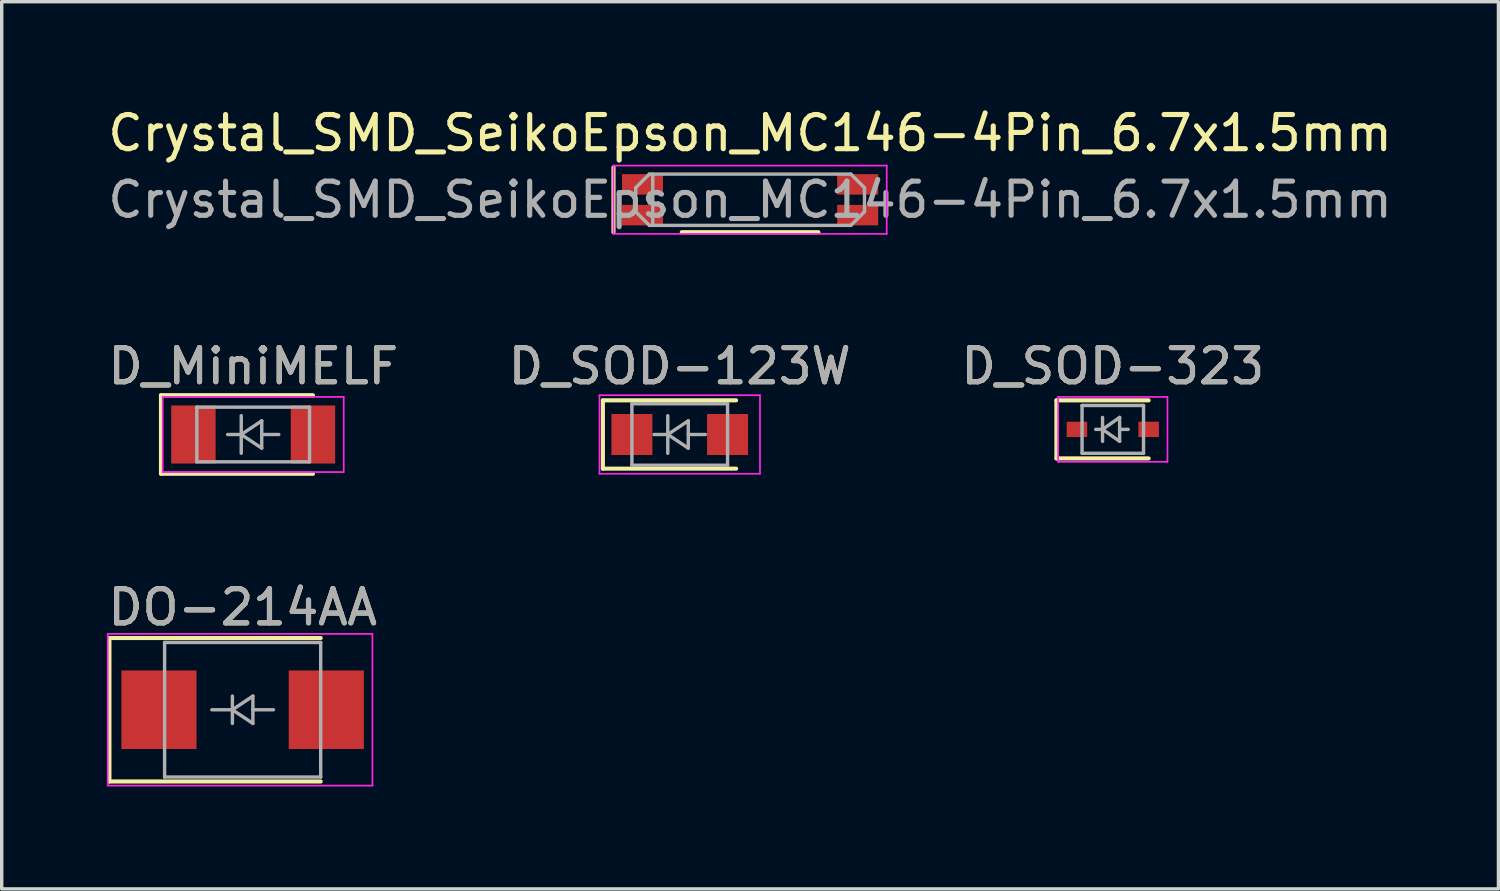
<source format=kicad_pcb>
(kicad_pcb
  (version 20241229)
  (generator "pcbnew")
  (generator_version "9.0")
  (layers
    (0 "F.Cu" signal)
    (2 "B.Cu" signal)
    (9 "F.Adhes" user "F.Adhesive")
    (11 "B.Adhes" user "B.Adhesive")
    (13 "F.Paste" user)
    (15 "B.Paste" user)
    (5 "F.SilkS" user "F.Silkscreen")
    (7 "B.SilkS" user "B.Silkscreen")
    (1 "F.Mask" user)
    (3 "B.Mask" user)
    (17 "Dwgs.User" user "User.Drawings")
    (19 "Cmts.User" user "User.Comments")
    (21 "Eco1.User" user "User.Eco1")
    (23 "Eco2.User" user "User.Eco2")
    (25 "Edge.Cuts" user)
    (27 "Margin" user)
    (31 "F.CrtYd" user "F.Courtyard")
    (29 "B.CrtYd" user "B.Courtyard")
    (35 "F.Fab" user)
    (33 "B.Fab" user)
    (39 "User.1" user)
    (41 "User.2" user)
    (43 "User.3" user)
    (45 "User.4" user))
  (footprint "D_SOD-123W"
    (layer "F.Cu")
    (at 16.851 9.671)
    (property "Reference" "D_SOD-123W" (at 0 -2 0) (layer "F.SilkS") (effects (font (size 1 1) (thickness 0.15))))
    (attr smd)
    (fp_line (start -2.25 -1) (end -2.25 1) (stroke (width 0.12) (type solid)) (layer "F.SilkS"))
    (fp_line (start -2.25 -1) (end 1.65 -1) (stroke (width 0.12) (type solid)) (layer "F.SilkS"))
    (fp_line (start -2.25 1) (end 1.65 1) (stroke (width 0.12) (type solid)) (layer "F.SilkS"))
    (fp_line (start -2.35 -1.15) (end -2.35 1.15) (stroke (width 0.05) (type solid)) (layer "F.CrtYd"))
    (fp_line (start -2.35 -1.15) (end 2.35 -1.15) (stroke (width 0.05) (type solid)) (layer "F.CrtYd"))
    (fp_line (start 2.35 -1.15) (end 2.35 1.15) (stroke (width 0.05) (type solid)) (layer "F.CrtYd"))
    (fp_line (start 2.35 1.15) (end -2.35 1.15) (stroke (width 0.05) (type solid)) (layer "F.CrtYd"))
    (fp_line (start -1.4 -0.9) (end 1.4 -0.9) (stroke (width 0.1) (type solid)) (layer "F.Fab"))
    (fp_line (start -1.4 0.9) (end -1.4 -0.9) (stroke (width 0.1) (type solid)) (layer "F.Fab"))
    (fp_line (start -0.75 0) (end -0.35 0) (stroke (width 0.1) (type solid)) (layer "F.Fab"))
    (fp_line (start -0.35 0) (end -0.35 -0.55) (stroke (width 0.1) (type solid)) (layer "F.Fab"))
    (fp_line (start -0.35 0) (end -0.35 0.55) (stroke (width 0.1) (type solid)) (layer "F.Fab"))
    (fp_line (start -0.35 0) (end 0.25 -0.4) (stroke (width 0.1) (type solid)) (layer "F.Fab"))
    (fp_line (start 0.25 -0.4) (end 0.25 0.4) (stroke (width 0.1) (type solid)) (layer "F.Fab"))
    (fp_line (start 0.25 0) (end 0.75 0) (stroke (width 0.1) (type solid)) (layer "F.Fab"))
    (fp_line (start 0.25 0.4) (end -0.35 0) (stroke (width 0.1) (type solid)) (layer "F.Fab"))
    (fp_line (start 1.4 -0.9) (end 1.4 0.9) (stroke (width 0.1) (type solid)) (layer "F.Fab"))
    (fp_line (start 1.4 0.9) (end -1.4 0.9) (stroke (width 0.1) (type solid)) (layer "F.Fab"))
    (fp_text user "${REFERENCE}" (at 0 -2 0) (layer "F.Fab") (effects (font (size 1 1) (thickness 0.15))))
    (pad "1" smd rect (at -1.4 0) (size 1.2 1.2) (layers "F.Cu" "F.Mask" "F.Paste"))
    (pad "2" smd rect (at 1.4 0) (size 1.2 1.2) (layers "F.Cu" "F.Mask" "F.Paste")))
  (footprint "Crystal_SMD_SeikoEpson_MC146-4Pin_6.7x1.5mm"
    (layer "F.Cu")
    (at 18.911 2.798)
    (property "Reference" "Crystal_SMD_SeikoEpson_MC146-4Pin_6.7x1.5mm" (at 0 -1.95 0) (layer "F.SilkS") (effects (font (size 1 1) (thickness 0.15))))
    (attr smd)
    (fp_line (start -4 -0.95) (end -4 0.95) (stroke (width 0.12) (type solid)) (layer "F.SilkS"))
    (fp_line (start -2 0.95) (end 2 0.95) (stroke (width 0.12) (type solid)) (layer "F.SilkS"))
    (fp_line (start -4 -1) (end -4 1) (stroke (width 0.05) (type solid)) (layer "F.CrtYd"))
    (fp_line (start -4 1) (end 4 1) (stroke (width 0.05) (type solid)) (layer "F.CrtYd"))
    (fp_line (start 4 -1) (end -4 -1) (stroke (width 0.05) (type solid)) (layer "F.CrtYd"))
    (fp_line (start 4 1) (end 4 -1) (stroke (width 0.05) (type solid)) (layer "F.CrtYd"))
    (fp_line (start -3.35 -0.35) (end -2.95 -0.75) (stroke (width 0.1) (type solid)) (layer "F.Fab"))
    (fp_line (start -3.35 0.35) (end -3.35 -0.35) (stroke (width 0.1) (type solid)) (layer "F.Fab"))
    (fp_line (start -2.95 -0.75) (end 2.95 -0.75) (stroke (width 0.1) (type solid)) (layer "F.Fab"))
    (fp_line (start -2.95 0.75) (end -3.35 0.35) (stroke (width 0.1) (type solid)) (layer "F.Fab"))
    (fp_line (start -2.85 -0.75) (end -2.85 0.75) (stroke (width 0.1) (type solid)) (layer "F.Fab"))
    (fp_line (start 2.95 -0.75) (end 3.35 -0.35) (stroke (width 0.1) (type solid)) (layer "F.Fab"))
    (fp_line (start 2.95 0.75) (end -2.95 0.75) (stroke (width 0.1) (type solid)) (layer "F.Fab"))
    (fp_line (start 3.35 -0.35) (end 3.35 0.35) (stroke (width 0.1) (type solid)) (layer "F.Fab"))
    (fp_line (start 3.35 0.35) (end 2.95 0.75) (stroke (width 0.1) (type solid)) (layer "F.Fab"))
    (fp_text user "${REFERENCE}" (at 0 0 0) (layer "F.Fab") (effects (font (size 1 1) (thickness 0.15))))
    (pad "1" smd rect (at -3.15 0.45) (size 1.2 0.6) (layers "F.Cu" "F.Mask" "F.Paste"))
    (pad "2" smd rect (at 3.15 0.45) (size 1.2 0.6) (layers "F.Cu" "F.Mask" "F.Paste"))
    (pad "3" smd rect (at 3.15 -0.45) (size 1.2 0.6) (layers "F.Cu" "F.Mask" "F.Paste"))
    (pad "4" smd rect (at -3.15 -0.45) (size 1.2 0.6) (layers "F.Cu" "F.Mask" "F.Paste")))
  (footprint "DO-214AA"
    (layer "F.Cu")
    (at 4.054 17.73)
    (property "Reference" "DO-214AA" (at 0 -3 0) (layer "F.SilkS") (effects (font (size 1 1) (thickness 0.15))))
    (attr smd)
    (fp_line (start -3.9 -2.1) (end -3.9 2.1) (stroke (width 0.12) (type solid)) (layer "F.SilkS"))
    (fp_line (start -3.9 -2.1) (end 2.285 -2.1) (stroke (width 0.12) (type solid)) (layer "F.SilkS"))
    (fp_line (start -3.9 2.1) (end 2.285 2.1) (stroke (width 0.12) (type solid)) (layer "F.SilkS"))
    (fp_line (start -3.95 -2.22) (end 3.8 -2.22) (stroke (width 0.05) (type solid)) (layer "F.CrtYd"))
    (fp_line (start -3.95 2.22) (end -3.95 -2.22) (stroke (width 0.05) (type solid)) (layer "F.CrtYd"))
    (fp_line (start 3.8 -2.22) (end 3.8 2.22) (stroke (width 0.05) (type solid)) (layer "F.CrtYd"))
    (fp_line (start 3.8 2.22) (end -3.95 2.22) (stroke (width 0.05) (type solid)) (layer "F.CrtYd"))
    (fp_line (start -2.285 1.97) (end -2.285 -1.97) (stroke (width 0.1) (type solid)) (layer "F.Fab"))
    (fp_line (start -0.3 -0.4) (end -0.3 0.4) (stroke (width 0.1) (type solid)) (layer "F.Fab"))
    (fp_line (start -0.3 0) (end -0.9 0) (stroke (width 0.1) (type solid)) (layer "F.Fab"))
    (fp_line (start -0.3 0) (end 0.3 -0.4) (stroke (width 0.1) (type solid)) (layer "F.Fab"))
    (fp_line (start -0.3 0.001) (end 0.3 0.4) (stroke (width 0.1) (type solid)) (layer "F.Fab"))
    (fp_line (start 0.3 0) (end 0.9 0) (stroke (width 0.1) (type solid)) (layer "F.Fab"))
    (fp_line (start 0.3 0.4) (end 0.3 -0.4) (stroke (width 0.1) (type solid)) (layer "F.Fab"))
    (fp_line (start 2.285 -1.97) (end -2.285 -1.97) (stroke (width 0.1) (type solid)) (layer "F.Fab"))
    (fp_line (start 2.285 -1.97) (end 2.285 1.97) (stroke (width 0.1) (type solid)) (layer "F.Fab"))
    (fp_line (start 2.285 1.97) (end -2.285 1.97) (stroke (width 0.1) (type solid)) (layer "F.Fab"))
    (fp_text user "${REFERENCE}" (at 0 -3 0) (layer "F.Fab") (effects (font (size 1 1) (thickness 0.15))))
    (pad "1" smd rect (at -2.45 0) (size 2.2 2.3) (layers "F.Cu" "F.Mask" "F.Paste"))
    (pad "2" smd rect (at 2.45 0) (size 2.2 2.3) (layers "F.Cu" "F.Mask" "F.Paste")))
  (footprint "D_MiniMELF"
    (layer "F.Cu")
    (at 4.363 9.671)
    (property "Reference" "D_MiniMELF" (at 0 -2 0) (layer "F.SilkS") (effects (font (size 1 1) (thickness 0.15))))
    (attr smd)
    (fp_line (start -2.7 -1.15) (end -2.7 1.15) (stroke (width 0.12) (type solid)) (layer "F.SilkS"))
    (fp_line (start -2.7 1.15) (end 1.75 1.15) (stroke (width 0.12) (type solid)) (layer "F.SilkS"))
    (fp_line (start 1.75 -1.15) (end -2.7 -1.15) (stroke (width 0.12) (type solid)) (layer "F.SilkS"))
    (fp_line (start -2.65 -1.1) (end 2.65 -1.1) (stroke (width 0.05) (type solid)) (layer "F.CrtYd"))
    (fp_line (start -2.65 1.1) (end -2.65 -1.1) (stroke (width 0.05) (type solid)) (layer "F.CrtYd"))
    (fp_line (start 2.65 -1.1) (end 2.65 1.1) (stroke (width 0.05) (type solid)) (layer "F.CrtYd"))
    (fp_line (start 2.65 1.1) (end -2.65 1.1) (stroke (width 0.05) (type solid)) (layer "F.CrtYd"))
    (fp_line (start -1.65 -0.8) (end 1.65 -0.8) (stroke (width 0.1) (type solid)) (layer "F.Fab"))
    (fp_line (start -1.65 0.8) (end -1.65 -0.8) (stroke (width 0.1) (type solid)) (layer "F.Fab"))
    (fp_line (start -0.75 0) (end -0.35 0) (stroke (width 0.1) (type solid)) (layer "F.Fab"))
    (fp_line (start -0.35 0) (end -0.35 -0.55) (stroke (width 0.1) (type solid)) (layer "F.Fab"))
    (fp_line (start -0.35 0) (end -0.35 0.55) (stroke (width 0.1) (type solid)) (layer "F.Fab"))
    (fp_line (start -0.35 0) (end 0.25 -0.4) (stroke (width 0.1) (type solid)) (layer "F.Fab"))
    (fp_line (start 0.25 -0.4) (end 0.25 0.4) (stroke (width 0.1) (type solid)) (layer "F.Fab"))
    (fp_line (start 0.25 0) (end 0.75 0) (stroke (width 0.1) (type solid)) (layer "F.Fab"))
    (fp_line (start 0.25 0.4) (end -0.35 0) (stroke (width 0.1) (type solid)) (layer "F.Fab"))
    (fp_line (start 1.65 -0.8) (end 1.65 0.8) (stroke (width 0.1) (type solid)) (layer "F.Fab"))
    (fp_line (start 1.65 0.8) (end -1.65 0.8) (stroke (width 0.1) (type solid)) (layer "F.Fab"))
    (fp_text user "${REFERENCE}" (at 0 -2 0) (layer "F.Fab") (effects (font (size 1 1) (thickness 0.15))))
    (pad "1" smd rect (at -1.75 0) (size 1.3 1.7) (layers "F.Cu" "F.Mask" "F.Paste"))
    (pad "2" smd rect (at 1.75 0) (size 1.3 1.7) (layers "F.Cu" "F.Mask" "F.Paste")))
  (footprint "D_SOD-323"
    (layer "F.Cu")
    (at 29.53 9.521)
    (property "Reference" "D_SOD-323" (at 0 -1.85 0) (layer "F.SilkS") (effects (font (size 1 1) (thickness 0.15))))
    (attr smd)
    (fp_line (start -1.65 -0.85) (end -1.65 0.85) (stroke (width 0.12) (type solid)) (layer "F.SilkS"))
    (fp_line (start -1.65 -0.85) (end 1.05 -0.85) (stroke (width 0.12) (type solid)) (layer "F.SilkS"))
    (fp_line (start -1.65 0.85) (end 1.05 0.85) (stroke (width 0.12) (type solid)) (layer "F.SilkS"))
    (fp_line (start -1.6 -0.95) (end -1.6 0.95) (stroke (width 0.05) (type solid)) (layer "F.CrtYd"))
    (fp_line (start -1.6 -0.95) (end 1.6 -0.95) (stroke (width 0.05) (type solid)) (layer "F.CrtYd"))
    (fp_line (start -1.6 0.95) (end 1.6 0.95) (stroke (width 0.05) (type solid)) (layer "F.CrtYd"))
    (fp_line (start 1.6 -0.95) (end 1.6 0.95) (stroke (width 0.05) (type solid)) (layer "F.CrtYd"))
    (fp_line (start -0.9 -0.7) (end 0.9 -0.7) (stroke (width 0.1) (type solid)) (layer "F.Fab"))
    (fp_line (start -0.9 0.7) (end -0.9 -0.7) (stroke (width 0.1) (type solid)) (layer "F.Fab"))
    (fp_line (start -0.3 -0.35) (end -0.3 0.35) (stroke (width 0.1) (type solid)) (layer "F.Fab"))
    (fp_line (start -0.3 0) (end -0.5 0) (stroke (width 0.1) (type solid)) (layer "F.Fab"))
    (fp_line (start -0.3 0) (end 0.2 -0.35) (stroke (width 0.1) (type solid)) (layer "F.Fab"))
    (fp_line (start 0.2 -0.35) (end 0.2 0.35) (stroke (width 0.1) (type solid)) (layer "F.Fab"))
    (fp_line (start 0.2 0) (end 0.45 0) (stroke (width 0.1) (type solid)) (layer "F.Fab"))
    (fp_line (start 0.2 0.35) (end -0.3 0) (stroke (width 0.1) (type solid)) (layer "F.Fab"))
    (fp_line (start 0.9 -0.7) (end 0.9 0.7) (stroke (width 0.1) (type solid)) (layer "F.Fab"))
    (fp_line (start 0.9 0.7) (end -0.9 0.7) (stroke (width 0.1) (type solid)) (layer "F.Fab"))
    (fp_text user "${REFERENCE}" (at 0 -1.85 0) (layer "F.Fab") (effects (font (size 1 1) (thickness 0.15))))
    (pad "1" smd rect (at -1.05 0) (size 0.6 0.45) (layers "F.Cu" "F.Mask" "F.Paste"))
    (pad "2" smd rect (at 1.05 0) (size 0.6 0.45) (layers "F.Cu" "F.Mask" "F.Paste")))
  (gr_rect
    (start -3 -3)
    (end 40.821 22.975)
    (stroke (width 0.1) (type default))
    (fill no)
    (layer "Edge.Cuts")))
</source>
